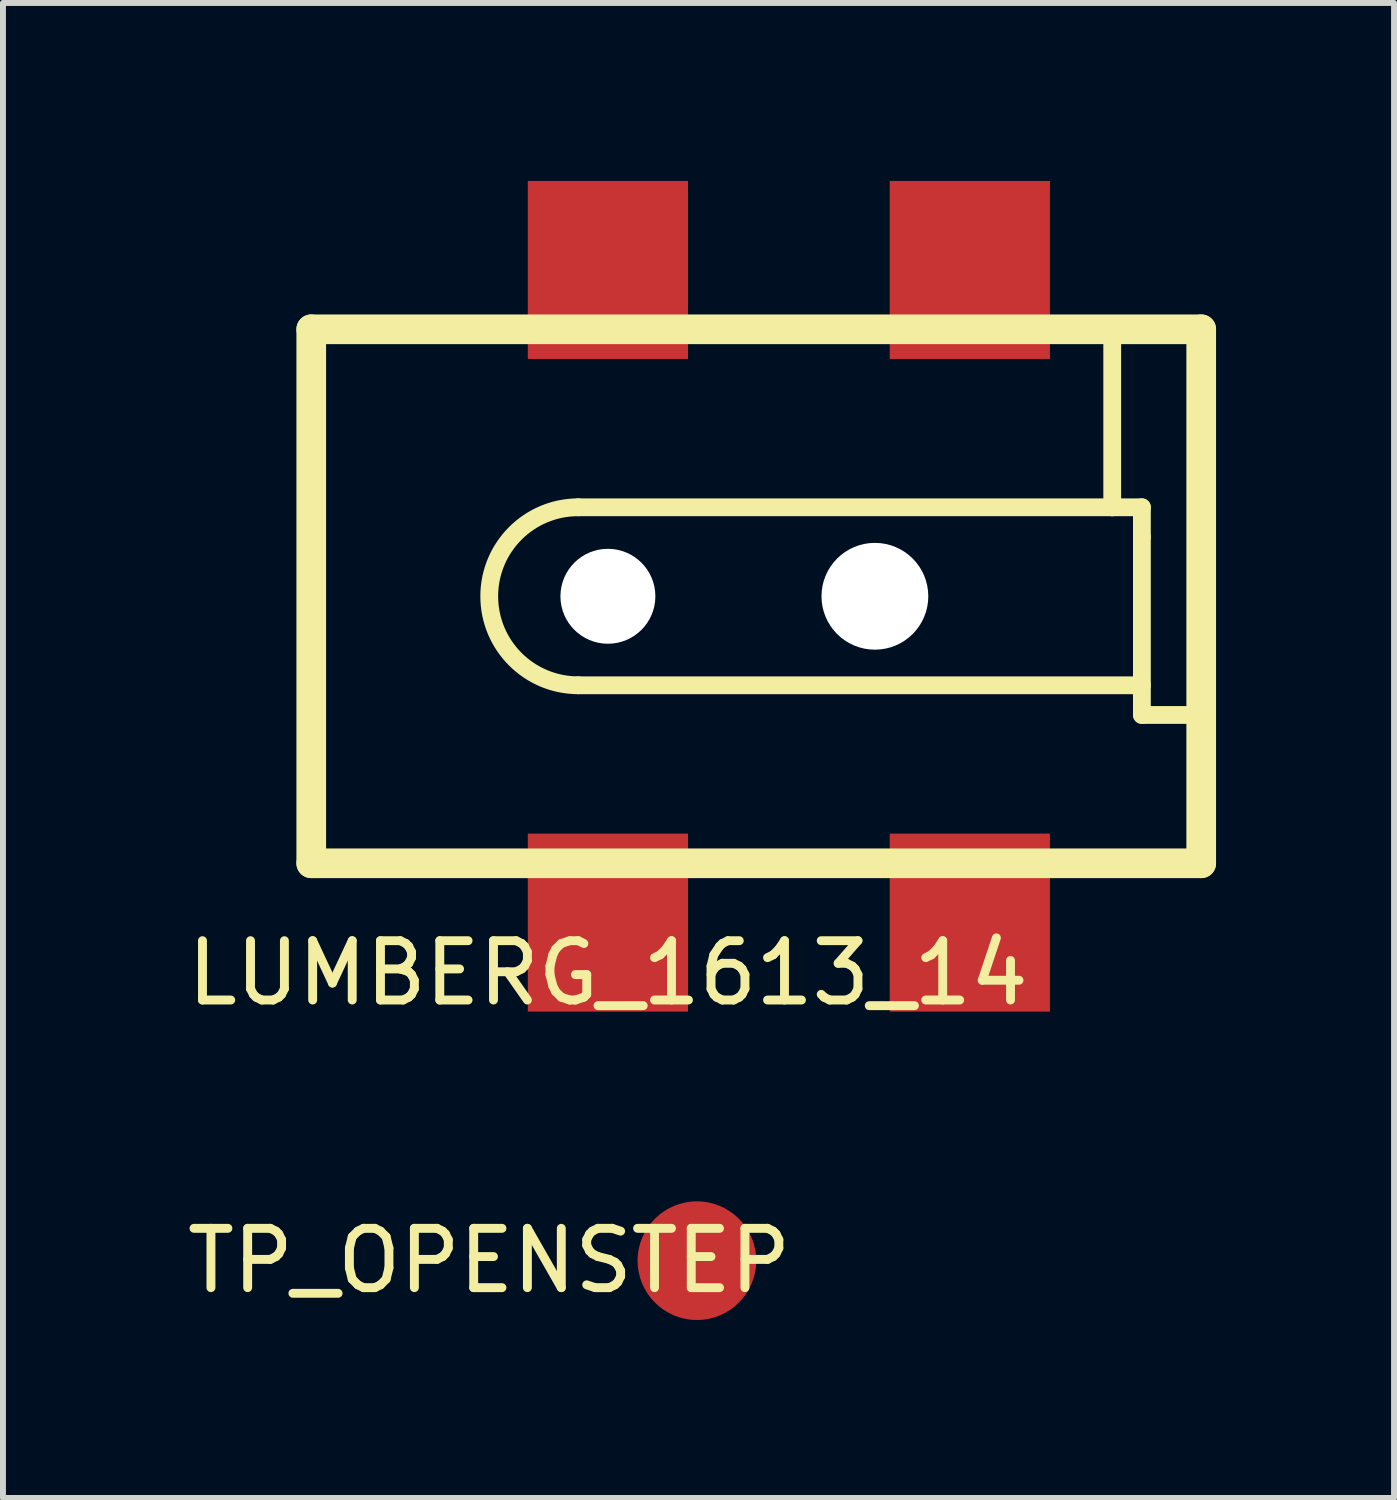
<source format=kicad_pcb>
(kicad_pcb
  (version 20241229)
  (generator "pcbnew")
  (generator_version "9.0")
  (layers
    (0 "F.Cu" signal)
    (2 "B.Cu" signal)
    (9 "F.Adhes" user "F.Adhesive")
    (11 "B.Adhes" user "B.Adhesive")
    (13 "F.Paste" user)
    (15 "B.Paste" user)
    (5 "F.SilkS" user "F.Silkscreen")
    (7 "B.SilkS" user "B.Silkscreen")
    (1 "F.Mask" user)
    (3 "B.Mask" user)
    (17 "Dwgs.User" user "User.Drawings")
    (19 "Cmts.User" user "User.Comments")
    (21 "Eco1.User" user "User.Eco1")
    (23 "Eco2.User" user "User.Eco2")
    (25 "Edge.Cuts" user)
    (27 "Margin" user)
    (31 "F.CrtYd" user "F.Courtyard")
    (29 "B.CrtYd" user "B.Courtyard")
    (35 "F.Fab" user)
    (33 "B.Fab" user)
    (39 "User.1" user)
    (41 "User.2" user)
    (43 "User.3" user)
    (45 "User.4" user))
  (footprint "LUMBERG_1613_14"
    (layer "F.Cu")
    (at 7.196 7)
    (property "Reference" "LUMBERG_1613_14" (at 0 6.35 0) (layer "F.SilkS") (effects (font (size 1 1) (thickness 0.15))))
    (attr through_hole)
    (fp_line (start -5 -4.5) (end -5 4.5) (stroke (width 0.5) (type solid)) (layer "F.SilkS"))
    (fp_line (start -5 4.5) (end 10 4.5) (stroke (width 0.5) (type solid)) (layer "F.SilkS"))
    (fp_line (start 8.5 -1.5) (end -0.5 -1.5) (stroke (width 0.3) (type solid)) (layer "F.SilkS"))
    (fp_line (start 8.5 -1.5) (end 8.5 -4.5) (stroke (width 0.3) (type solid)) (layer "F.SilkS"))
    (fp_line (start 9 -1.5) (end 8.5 -1.5) (stroke (width 0.3) (type solid)) (layer "F.SilkS"))
    (fp_line (start 9 -1) (end 9 -1.5) (stroke (width 0.3) (type solid)) (layer "F.SilkS"))
    (fp_line (start 9 1.5) (end -0.5 1.5) (stroke (width 0.3) (type solid)) (layer "F.SilkS"))
    (fp_line (start 9 2) (end 9 -1) (stroke (width 0.3) (type solid)) (layer "F.SilkS"))
    (fp_line (start 10 -4.5) (end -5 -4.5) (stroke (width 0.5) (type solid)) (layer "F.SilkS"))
    (fp_line (start 10 2) (end 9 2) (stroke (width 0.3) (type solid)) (layer "F.SilkS"))
    (fp_line (start 10 4.5) (end 10 -4.5) (stroke (width 0.5) (type solid)) (layer "F.SilkS"))
    (fp_arc (start -0.5 1.5) (mid -2 0) (end -0.5 -1.5) (stroke (width 0.3) (type solid)) (layer "F.SilkS"))
    (pad "" np_thru_hole circle (at 0 0) (size 1.6 1.6) (drill 1.6) (layers "*.Cu"))
    (pad "" np_thru_hole circle (at 4.5 0) (size 1.8 1.8) (drill 1.8) (layers "*.Cu"))
    (pad "1" smd rect (at 0 -5.5) (size 2.7 3) (layers "F.Cu" "F.Mask" "F.Paste"))
    (pad "1" smd rect (at 6.1 -5.5) (size 2.7 3) (layers "F.Cu" "F.Mask" "F.Paste"))
    (pad "2" smd rect (at 6.1 5.5) (size 2.7 3) (layers "F.Cu" "F.Mask" "F.Paste"))
    (pad "3" smd rect (at 0 5.5) (size 2.7 3) (layers "F.Cu" "F.Mask" "F.Paste")))
  (footprint "TP_OPENSTEP"
    (layer "F.Cu")
    (at 8.696 18.198)
    (property "Reference" "TP_OPENSTEP" (at -3.5 0 0) (layer "F.SilkS") (effects (font (size 1 1) (thickness 0.15))))
    (attr through_hole)
    (pad "1" smd circle (at 0 0) (size 2 2) (layers "F.Cu" "F.Mask")))
  (gr_rect
    (start -3 -3)
    (end 20.446 22.198)
    (stroke (width 0.1) (type default))
    (fill no)
    (layer "Edge.Cuts")))
</source>
